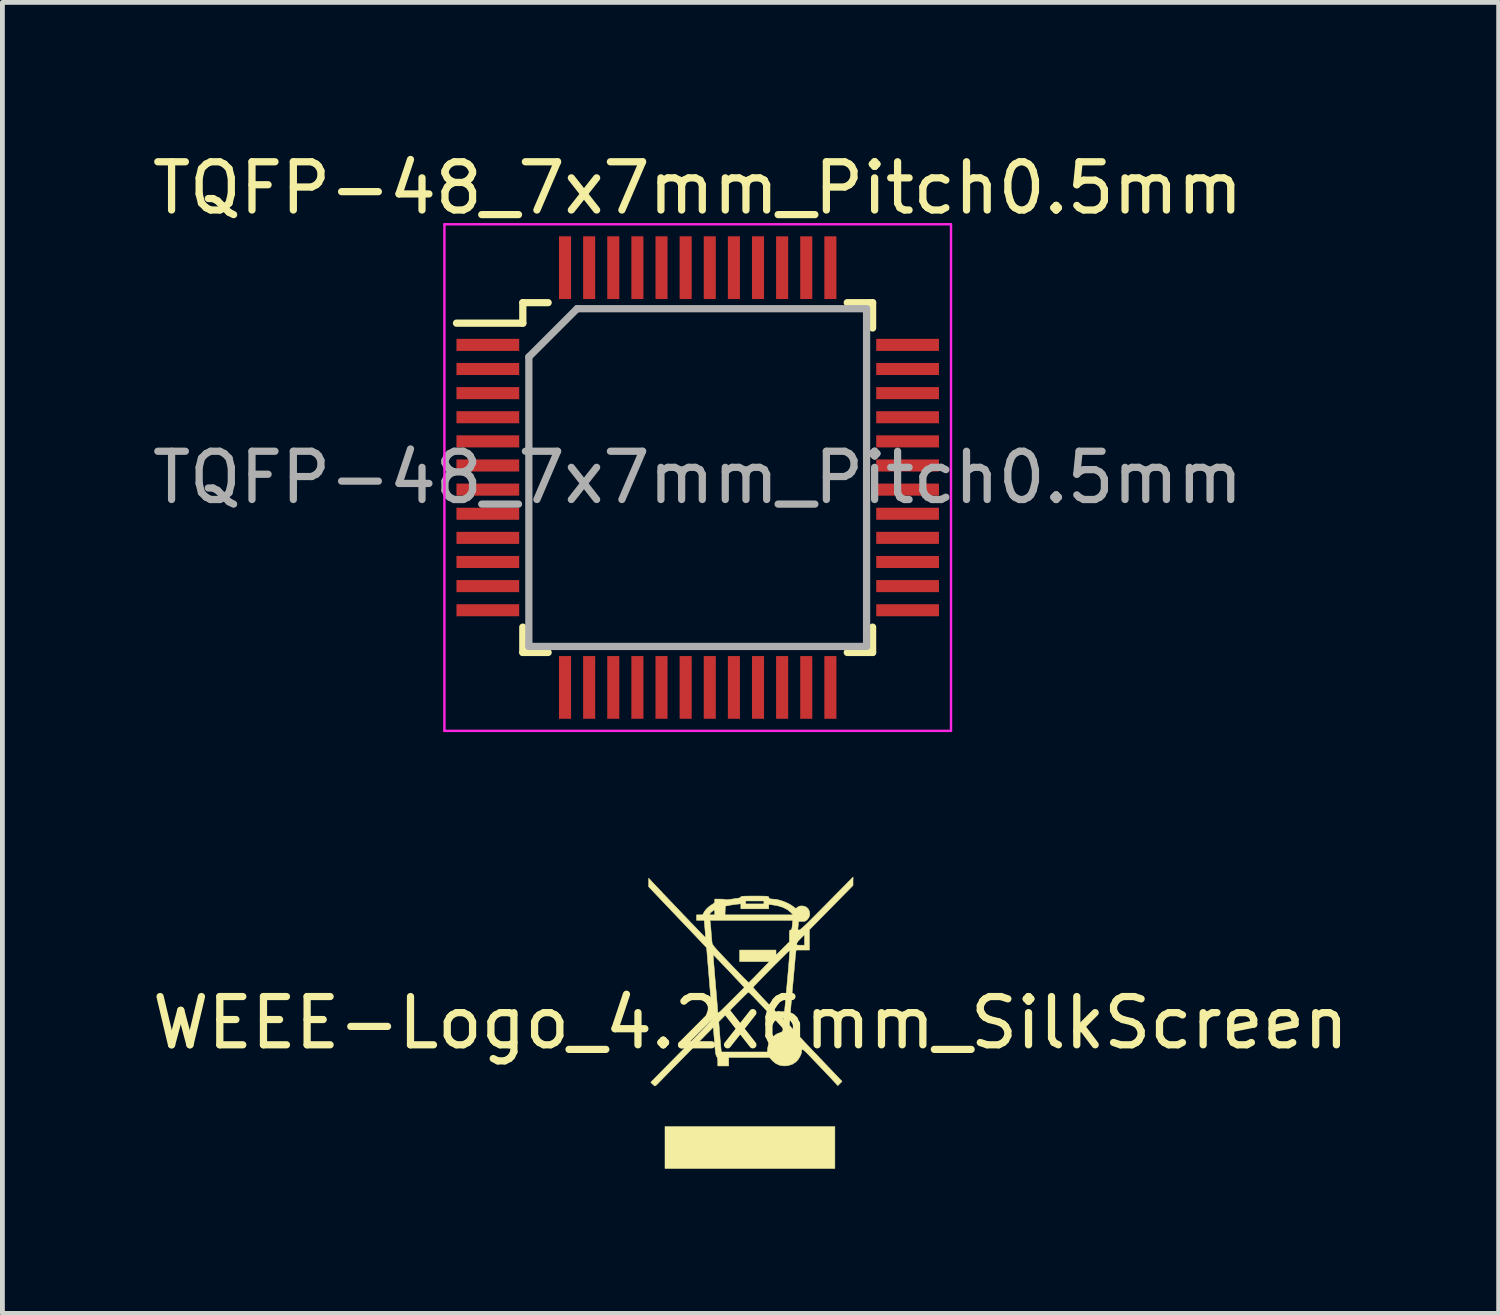
<source format=kicad_pcb>
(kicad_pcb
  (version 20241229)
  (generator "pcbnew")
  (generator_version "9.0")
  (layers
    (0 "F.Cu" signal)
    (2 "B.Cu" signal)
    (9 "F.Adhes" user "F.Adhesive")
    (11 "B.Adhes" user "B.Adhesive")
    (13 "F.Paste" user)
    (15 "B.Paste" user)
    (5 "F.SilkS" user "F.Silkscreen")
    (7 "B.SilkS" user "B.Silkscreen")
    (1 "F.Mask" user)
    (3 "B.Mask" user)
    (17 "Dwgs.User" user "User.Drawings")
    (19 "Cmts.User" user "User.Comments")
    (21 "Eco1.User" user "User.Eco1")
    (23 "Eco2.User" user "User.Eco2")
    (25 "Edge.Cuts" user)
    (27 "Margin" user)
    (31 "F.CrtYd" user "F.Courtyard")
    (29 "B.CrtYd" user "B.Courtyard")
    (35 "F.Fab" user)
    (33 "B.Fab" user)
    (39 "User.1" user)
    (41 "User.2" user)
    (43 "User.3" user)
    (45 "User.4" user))
  (footprint "TQFP-48_7x7mm_Pitch0.5mm"
    (layer "F.Cu")
    (at 11.411 6.848)
    (property "Reference" "TQFP-48_7x7mm_Pitch0.5mm" (at 0 -6 0) (layer "F.SilkS") (effects (font (size 1 1) (thickness 0.15))))
    (attr smd)
    (fp_line (start -3.625 -3.625) (end -3.625 -3.2) (stroke (width 0.15) (type solid)) (layer "F.SilkS"))
    (fp_line (start -3.625 -3.625) (end -3.1 -3.625) (stroke (width 0.15) (type solid)) (layer "F.SilkS"))
    (fp_line (start -3.625 -3.2) (end -5 -3.2) (stroke (width 0.15) (type solid)) (layer "F.SilkS"))
    (fp_line (start -3.625 3.625) (end -3.625 3.1) (stroke (width 0.15) (type solid)) (layer "F.SilkS"))
    (fp_line (start -3.625 3.625) (end -3.1 3.625) (stroke (width 0.15) (type solid)) (layer "F.SilkS"))
    (fp_line (start 3.625 -3.625) (end 3.1 -3.625) (stroke (width 0.15) (type solid)) (layer "F.SilkS"))
    (fp_line (start 3.625 -3.625) (end 3.625 -3.1) (stroke (width 0.15) (type solid)) (layer "F.SilkS"))
    (fp_line (start 3.625 3.625) (end 3.1 3.625) (stroke (width 0.15) (type solid)) (layer "F.SilkS"))
    (fp_line (start 3.625 3.625) (end 3.625 3.1) (stroke (width 0.15) (type solid)) (layer "F.SilkS"))
    (fp_line (start -5.25 -5.25) (end -5.25 5.25) (stroke (width 0.05) (type solid)) (layer "F.CrtYd"))
    (fp_line (start -5.25 -5.25) (end 5.25 -5.25) (stroke (width 0.05) (type solid)) (layer "F.CrtYd"))
    (fp_line (start -5.25 5.25) (end 5.25 5.25) (stroke (width 0.05) (type solid)) (layer "F.CrtYd"))
    (fp_line (start 5.25 -5.25) (end 5.25 5.25) (stroke (width 0.05) (type solid)) (layer "F.CrtYd"))
    (fp_line (start -3.5 -2.5) (end -2.5 -3.5) (stroke (width 0.15) (type solid)) (layer "F.Fab"))
    (fp_line (start -3.5 3.5) (end -3.5 -2.5) (stroke (width 0.15) (type solid)) (layer "F.Fab"))
    (fp_line (start -2.5 -3.5) (end 3.5 -3.5) (stroke (width 0.15) (type solid)) (layer "F.Fab"))
    (fp_line (start 3.5 -3.5) (end 3.5 3.5) (stroke (width 0.15) (type solid)) (layer "F.Fab"))
    (fp_line (start 3.5 3.5) (end -3.5 3.5) (stroke (width 0.15) (type solid)) (layer "F.Fab"))
    (fp_text user "${REFERENCE}" (at 0 0 0) (layer "F.Fab") (effects (font (size 1 1) (thickness 0.15))))
    (pad "1" smd rect (at -4.35 -2.75) (size 1.3 0.25) (layers "F.Cu" "F.Mask" "F.Paste"))
    (pad "2" smd rect (at -4.35 -2.25) (size 1.3 0.25) (layers "F.Cu" "F.Mask" "F.Paste"))
    (pad "3" smd rect (at -4.35 -1.75) (size 1.3 0.25) (layers "F.Cu" "F.Mask" "F.Paste"))
    (pad "4" smd rect (at -4.35 -1.25) (size 1.3 0.25) (layers "F.Cu" "F.Mask" "F.Paste"))
    (pad "5" smd rect (at -4.35 -0.75) (size 1.3 0.25) (layers "F.Cu" "F.Mask" "F.Paste"))
    (pad "6" smd rect (at -4.35 -0.25) (size 1.3 0.25) (layers "F.Cu" "F.Mask" "F.Paste"))
    (pad "7" smd rect (at -4.35 0.25) (size 1.3 0.25) (layers "F.Cu" "F.Mask" "F.Paste"))
    (pad "8" smd rect (at -4.35 0.75) (size 1.3 0.25) (layers "F.Cu" "F.Mask" "F.Paste"))
    (pad "9" smd rect (at -4.35 1.25) (size 1.3 0.25) (layers "F.Cu" "F.Mask" "F.Paste"))
    (pad "10" smd rect (at -4.35 1.75) (size 1.3 0.25) (layers "F.Cu" "F.Mask" "F.Paste"))
    (pad "11" smd rect (at -4.35 2.25) (size 1.3 0.25) (layers "F.Cu" "F.Mask" "F.Paste"))
    (pad "12" smd rect (at -4.35 2.75) (size 1.3 0.25) (layers "F.Cu" "F.Mask" "F.Paste"))
    (pad "13" smd rect (at -2.75 4.35 90) (size 1.3 0.25) (layers "F.Cu" "F.Mask" "F.Paste"))
    (pad "14" smd rect (at -2.25 4.35 90) (size 1.3 0.25) (layers "F.Cu" "F.Mask" "F.Paste"))
    (pad "15" smd rect (at -1.75 4.35 90) (size 1.3 0.25) (layers "F.Cu" "F.Mask" "F.Paste"))
    (pad "16" smd rect (at -1.25 4.35 90) (size 1.3 0.25) (layers "F.Cu" "F.Mask" "F.Paste"))
    (pad "17" smd rect (at -0.75 4.35 90) (size 1.3 0.25) (layers "F.Cu" "F.Mask" "F.Paste"))
    (pad "18" smd rect (at -0.25 4.35 90) (size 1.3 0.25) (layers "F.Cu" "F.Mask" "F.Paste"))
    (pad "19" smd rect (at 0.25 4.35 90) (size 1.3 0.25) (layers "F.Cu" "F.Mask" "F.Paste"))
    (pad "20" smd rect (at 0.75 4.35 90) (size 1.3 0.25) (layers "F.Cu" "F.Mask" "F.Paste"))
    (pad "21" smd rect (at 1.25 4.35 90) (size 1.3 0.25) (layers "F.Cu" "F.Mask" "F.Paste"))
    (pad "22" smd rect (at 1.75 4.35 90) (size 1.3 0.25) (layers "F.Cu" "F.Mask" "F.Paste"))
    (pad "23" smd rect (at 2.25 4.35 90) (size 1.3 0.25) (layers "F.Cu" "F.Mask" "F.Paste"))
    (pad "24" smd rect (at 2.75 4.35 90) (size 1.3 0.25) (layers "F.Cu" "F.Mask" "F.Paste"))
    (pad "25" smd rect (at 4.35 2.75) (size 1.3 0.25) (layers "F.Cu" "F.Mask" "F.Paste"))
    (pad "26" smd rect (at 4.35 2.25) (size 1.3 0.25) (layers "F.Cu" "F.Mask" "F.Paste"))
    (pad "27" smd rect (at 4.35 1.75) (size 1.3 0.25) (layers "F.Cu" "F.Mask" "F.Paste"))
    (pad "28" smd rect (at 4.35 1.25) (size 1.3 0.25) (layers "F.Cu" "F.Mask" "F.Paste"))
    (pad "29" smd rect (at 4.35 0.75) (size 1.3 0.25) (layers "F.Cu" "F.Mask" "F.Paste"))
    (pad "30" smd rect (at 4.35 0.25) (size 1.3 0.25) (layers "F.Cu" "F.Mask" "F.Paste"))
    (pad "31" smd rect (at 4.35 -0.25) (size 1.3 0.25) (layers "F.Cu" "F.Mask" "F.Paste"))
    (pad "32" smd rect (at 4.35 -0.75) (size 1.3 0.25) (layers "F.Cu" "F.Mask" "F.Paste"))
    (pad "33" smd rect (at 4.35 -1.25) (size 1.3 0.25) (layers "F.Cu" "F.Mask" "F.Paste"))
    (pad "34" smd rect (at 4.35 -1.75) (size 1.3 0.25) (layers "F.Cu" "F.Mask" "F.Paste"))
    (pad "35" smd rect (at 4.35 -2.25) (size 1.3 0.25) (layers "F.Cu" "F.Mask" "F.Paste"))
    (pad "36" smd rect (at 4.35 -2.75) (size 1.3 0.25) (layers "F.Cu" "F.Mask" "F.Paste"))
    (pad "37" smd rect (at 2.75 -4.35 90) (size 1.3 0.25) (layers "F.Cu" "F.Mask" "F.Paste"))
    (pad "38" smd rect (at 2.25 -4.35 90) (size 1.3 0.25) (layers "F.Cu" "F.Mask" "F.Paste"))
    (pad "39" smd rect (at 1.75 -4.35 90) (size 1.3 0.25) (layers "F.Cu" "F.Mask" "F.Paste"))
    (pad "40" smd rect (at 1.25 -4.35 90) (size 1.3 0.25) (layers "F.Cu" "F.Mask" "F.Paste"))
    (pad "41" smd rect (at 0.75 -4.35 90) (size 1.3 0.25) (layers "F.Cu" "F.Mask" "F.Paste"))
    (pad "42" smd rect (at 0.25 -4.35 90) (size 1.3 0.25) (layers "F.Cu" "F.Mask" "F.Paste"))
    (pad "43" smd rect (at -0.25 -4.35 90) (size 1.3 0.25) (layers "F.Cu" "F.Mask" "F.Paste"))
    (pad "44" smd rect (at -0.75 -4.35 90) (size 1.3 0.25) (layers "F.Cu" "F.Mask" "F.Paste"))
    (pad "45" smd rect (at -1.25 -4.35 90) (size 1.3 0.25) (layers "F.Cu" "F.Mask" "F.Paste"))
    (pad "46" smd rect (at -1.75 -4.35 90) (size 1.3 0.25) (layers "F.Cu" "F.Mask" "F.Paste"))
    (pad "47" smd rect (at -2.25 -4.35 90) (size 1.3 0.25) (layers "F.Cu" "F.Mask" "F.Paste"))
    (pad "48" smd rect (at -2.75 -4.35 90) (size 1.3 0.25) (layers "F.Cu" "F.Mask" "F.Paste")))
  (footprint "WEEE-Logo_4.2x6mm_SilkScreen"
    (layer "F.Cu")
    (at 12.506 18.15)
    (property "Reference" "WEEE-Logo_4.2x6mm_SilkScreen" (at 0 0 0) (layer "F.SilkS") (effects (font (size 1 1) (thickness 0.15))))
    (attr exclude_from_pos_files exclude_from_bom)
    (fp_poly (pts (xy 1.748 3.018) (xy -1.773 3.018) (xy -1.773 2.15) (xy 1.748 2.15) (xy 1.748 3.018)) (stroke (width 0.01) (type solid)) (fill yes) (layer "F.SilkS"))
    (fp_poly (pts (xy 2.124 -2.935) (xy 2.124 -2.848) (xy 1.672 -2.389) (xy 1.22 -1.93) (xy 1.22 -1.72) (xy 1.22 -1.509) (xy 0.945 -1.509) (xy 0.938 -1.455) (xy 0.935 -1.431) (xy 0.93 -1.385) (xy 0.924 -1.321) (xy 0.917 -1.24) (xy 0.908 -1.146) (xy 0.899 -1.041) (xy 0.889 -0.929) (xy 0.878 -0.811) (xy 0.867 -0.692) (xy 0.857 -0.572) (xy 0.847 -0.456) (xy 0.837 -0.345) (xy 0.828 -0.243) (xy 0.821 -0.153) (xy 0.814 -0.076) (xy 0.809 -0.017) (xy 0.806 0.024) (xy 0.805 0.042) (xy 0.805 0.042) (xy 0.813 0.056) (xy 0.836 0.086) (xy 0.875 0.131) (xy 0.93 0.193) (xy 1.001 0.27) (xy 1.089 0.365) (xy 1.194 0.476) (xy 1.317 0.605) (xy 1.351 0.641) (xy 1.897 1.213) (xy 1.809 1.301) (xy 1.737 1.224) (xy 1.711 1.196) (xy 1.671 1.152) (xy 1.618 1.096) (xy 1.556 1.031) (xy 1.487 0.958) (xy 1.414 0.882) (xy 1.371 0.837) (xy 1.289 0.751) (xy 1.224 0.683) (xy 1.172 0.63) (xy 1.132 0.592) (xy 1.103 0.567) (xy 1.083 0.554) (xy 1.07 0.552) (xy 1.062 0.56) (xy 1.059 0.575) (xy 1.057 0.598) (xy 1.057 0.604) (xy 1.048 0.647) (xy 1.024 0.699) (xy 0.992 0.751) (xy 0.955 0.796) (xy 0.94 0.81) (xy 0.865 0.859) (xy 0.776 0.886) (xy 0.698 0.893) (xy 0.609 0.881) (xy 0.528 0.845) (xy 0.455 0.787) (xy 0.442 0.772) (xy 0.393 0.717) (xy -0.453 0.717) (xy -0.453 0.893) (xy -0.679 0.893) (xy -0.679 0.811) (xy -0.682 0.754) (xy -0.691 0.715) (xy -0.703 0.694) (xy -0.711 0.679) (xy -0.718 0.657) (xy -0.725 0.625) (xy -0.731 0.58) (xy -0.737 0.518) (xy -0.744 0.436) (xy -0.749 0.375) (xy -0.771 0.089) (xy -1.314 0.639) (xy -1.412 0.738) (xy -1.506 0.834) (xy -1.594 0.924) (xy -1.675 1.006) (xy -1.747 1.08) (xy -1.809 1.143) (xy -1.857 1.193) (xy -1.892 1.228) (xy -1.91 1.248) (xy -1.941 1.279) (xy -1.966 1.301) (xy -1.98 1.308) (xy -1.997 1.299) (xy -2.022 1.278) (xy -2.031 1.27) (xy -2.068 1.232) (xy -1.867 1.028) (xy -1.816 0.976) (xy -1.75 0.909) (xy -1.672 0.83) (xy -1.585 0.742) (xy -1.492 0.648) (xy -1.395 0.551) (xy -1.298 0.453) (xy -1.229 0.383) (xy -1.124 0.277) (xy -1.035 0.186) (xy -0.962 0.111) (xy -0.904 0.05) (xy -0.859 0.001) (xy -0.837 -0.024) (xy -0.659 -0.024) (xy -0.636 0.262) (xy -0.63 0.345) (xy -0.623 0.422) (xy -0.617 0.487) (xy -0.612 0.537) (xy -0.609 0.568) (xy -0.607 0.575) (xy -0.601 0.604) (xy 0.349 0.604) (xy 0.355 0.525) (xy 0.374 0.431) (xy 0.414 0.349) (xy 0.473 0.28) (xy 0.547 0.228) (xy 0.63 0.197) (xy 0.657 0.182) (xy 0.671 0.151) (xy 0.671 0.149) (xy 0.673 0.136) (xy 0.671 0.123) (xy 0.663 0.106) (xy 0.648 0.084) (xy 0.623 0.055) (xy 0.587 0.015) (xy 0.538 -0.038) (xy 0.473 -0.107) (xy 0.468 -0.111) (xy 0.399 -0.184) (xy 0.324 -0.263) (xy 0.251 -0.34) (xy 0.183 -0.412) (xy 0.126 -0.472) (xy 0.113 -0.485) (xy 0.065 -0.536) (xy 0.021 -0.58) (xy -0.013 -0.613) (xy -0.036 -0.633) (xy -0.044 -0.637) (xy -0.056 -0.628) (xy -0.083 -0.603) (xy -0.123 -0.564) (xy -0.175 -0.513) (xy -0.235 -0.453) (xy -0.303 -0.385) (xy -0.358 -0.329) (xy -0.659 -0.024) (xy -0.837 -0.024) (xy -0.827 -0.036) (xy -0.805 -0.062) (xy -0.794 -0.08) (xy -0.792 -0.088) (xy -0.793 -0.106) (xy -0.796 -0.147) (xy -0.8 -0.208) (xy -0.806 -0.287) (xy -0.814 -0.382) (xy -0.823 -0.49) (xy -0.832 -0.609) (xy -0.843 -0.737) (xy -0.851 -0.839) (xy -0.899 -1.415) (xy -0.776 -1.415) (xy -0.775 -1.403) (xy -0.773 -1.368) (xy -0.768 -1.313) (xy -0.763 -1.24) (xy -0.755 -1.152) (xy -0.747 -1.052) (xy -0.738 -0.941) (xy -0.729 -0.836) (xy -0.719 -0.717) (xy -0.709 -0.604) (xy -0.701 -0.501) (xy -0.693 -0.41) (xy -0.687 -0.333) (xy -0.683 -0.274) (xy -0.68 -0.235) (xy -0.679 -0.22) (xy -0.678 -0.211) (xy -0.673 -0.207) (xy -0.663 -0.211) (xy -0.646 -0.223) (xy -0.62 -0.245) (xy -0.583 -0.28) (xy -0.534 -0.328) (xy -0.471 -0.391) (xy -0.403 -0.458) (xy -0.128 -0.734) (xy -0.13 -0.736) (xy 0.053 -0.736) (xy 0.061 -0.724) (xy 0.084 -0.697) (xy 0.12 -0.658) (xy 0.166 -0.607) (xy 0.22 -0.549) (xy 0.28 -0.485) (xy 0.343 -0.419) (xy 0.407 -0.351) (xy 0.47 -0.285) (xy 0.529 -0.224) (xy 0.582 -0.169) (xy 0.626 -0.124) (xy 0.66 -0.09) (xy 0.681 -0.07) (xy 0.686 -0.066) (xy 0.688 -0.079) (xy 0.692 -0.115) (xy 0.698 -0.171) (xy 0.705 -0.246) (xy 0.714 -0.337) (xy 0.724 -0.441) (xy 0.734 -0.557) (xy 0.746 -0.683) (xy 0.755 -0.784) (xy 0.767 -0.916) (xy 0.778 -1.039) (xy 0.787 -1.153) (xy 0.796 -1.255) (xy 0.803 -1.343) (xy 0.808 -1.413) (xy 0.812 -1.465) (xy 0.814 -1.496) (xy 0.814 -1.504) (xy 0.804 -1.497) (xy 0.778 -1.474) (xy 0.74 -1.438) (xy 0.691 -1.39) (xy 0.633 -1.332) (xy 0.569 -1.268) (xy 0.5 -1.2) (xy 0.429 -1.128) (xy 0.359 -1.057) (xy 0.29 -0.987) (xy 0.227 -0.922) (xy 0.17 -0.863) (xy 0.122 -0.812) (xy 0.085 -0.773) (xy 0.061 -0.747) (xy 0.053 -0.736) (xy -0.13 -0.736) (xy -0.23 -0.844) (xy -0.283 -0.9) (xy -0.342 -0.962) (xy -0.404 -1.029) (xy -0.469 -1.097) (xy -0.533 -1.164) (xy -0.594 -1.228) (xy -0.65 -1.287) (xy -0.699 -1.337) (xy -0.737 -1.377) (xy -0.764 -1.404) (xy -0.775 -1.415) (xy -0.776 -1.415) (xy -0.899 -1.415) (xy -0.911 -1.559) (xy -1.512 -2.191) (xy -2.112 -2.822) (xy -2.112 -2.911) (xy -2.112 -2.999) (xy -2.015 -2.895) (xy -1.96 -2.838) (xy -1.896 -2.77) (xy -1.824 -2.693) (xy -1.745 -2.611) (xy -1.662 -2.523) (xy -1.576 -2.433) (xy -1.489 -2.342) (xy -1.403 -2.251) (xy -1.318 -2.163) (xy -1.238 -2.079) (xy -1.163 -2.002) (xy -1.096 -1.932) (xy -1.039 -1.872) (xy -0.992 -1.824) (xy -0.957 -1.789) (xy -0.938 -1.77) (xy -0.933 -1.766) (xy -0.933 -1.779) (xy -0.935 -1.813) (xy -0.938 -1.862) (xy -0.943 -1.923) (xy -0.945 -1.947) (xy -0.96 -2.125) (xy -0.843 -2.125) (xy -0.837 -2.097) (xy -0.834 -2.074) (xy -0.83 -2.032) (xy -0.824 -1.976) (xy -0.819 -1.91) (xy -0.817 -1.886) (xy -0.812 -1.817) (xy -0.806 -1.752) (xy -0.801 -1.698) (xy -0.798 -1.662) (xy -0.797 -1.655) (xy -0.793 -1.642) (xy -0.786 -1.626) (xy -0.773 -1.606) (xy -0.754 -1.58) (xy -0.726 -1.547) (xy -0.688 -1.504) (xy -0.638 -1.45) (xy -0.575 -1.383) (xy -0.497 -1.301) (xy -0.418 -1.218) (xy -0.34 -1.136) (xy -0.266 -1.06) (xy -0.2 -0.992) (xy -0.142 -0.933) (xy -0.095 -0.887) (xy -0.061 -0.853) (xy -0.041 -0.835) (xy -0.037 -0.833) (xy -0.026 -0.842) (xy 0.000029 -0.868) (xy 0.038 -0.906) (xy 0.087 -0.955) (xy 0.142 -1.012) (xy 0.182 -1.053) (xy 0.392 -1.27) (xy -0.226 -1.27) (xy -0.226 -1.509) (xy 0.528 -1.509) (xy 0.528 -1.402) (xy 0.666 -1.54) (xy 0.765 -1.638) (xy 0.956 -1.638) (xy 0.957 -1.623) (xy 0.967 -1.614) (xy 0.989 -1.61) (xy 1.03 -1.61) (xy 1.037 -1.61) (xy 1.119 -1.61) (xy 1.119 -1.829) (xy 1.037 -1.748) (xy 0.991 -1.699) (xy 0.964 -1.661) (xy 0.956 -1.638) (xy 0.765 -1.638) (xy 0.805 -1.678) (xy 0.805 -1.801) (xy 0.805 -1.858) (xy 0.807 -1.893) (xy 0.811 -1.913) (xy 0.818 -1.922) (xy 0.829 -1.924) (xy 0.841 -1.927) (xy 0.85 -1.937) (xy 0.857 -1.96) (xy 0.863 -1.998) (xy 0.869 -2.057) (xy 0.871 -2.078) (xy 0.875 -2.125) (xy -0.843 -2.125) (xy -0.96 -2.125) (xy -1.119 -2.125) (xy -1.119 -2.238) (xy -1.051 -2.238) (xy -1.012 -2.239) (xy -0.99 -2.245) (xy -0.987 -2.248) (xy -0.849 -2.248) (xy -0.841 -2.241) (xy -0.816 -2.238) (xy -0.799 -2.238) (xy -0.742 -2.238) (xy -0.529 -2.238) (xy 0.885 -2.238) (xy 0.837 -2.287) (xy 0.763 -2.348) (xy 0.671 -2.394) (xy 0.56 -2.428) (xy 0.45 -2.446) (xy 0.377 -2.455) (xy 0.377 -2.364) (xy -0.201 -2.364) (xy -0.201 -2.467) (xy -0.286 -2.459) (xy -0.345 -2.451) (xy -0.409 -2.442) (xy -0.446 -2.435) (xy -0.522 -2.42) (xy -0.526 -2.329) (xy -0.529 -2.238) (xy -0.742 -2.238) (xy -0.742 -2.289) (xy -0.744 -2.32) (xy -0.748 -2.338) (xy -0.749 -2.339) (xy -0.768 -2.331) (xy -0.795 -2.311) (xy -0.822 -2.287) (xy -0.841 -2.265) (xy -0.843 -2.262) (xy -0.849 -2.248) (xy -0.987 -2.248) (xy -0.98 -2.257) (xy -0.975 -2.27) (xy -0.958 -2.305) (xy -0.925 -2.347) (xy -0.882 -2.391) (xy -0.834 -2.429) (xy -0.803 -2.449) (xy -0.767 -2.471) (xy -0.749 -2.49) (xy -0.742 -2.511) (xy -0.742 -2.524) (xy -0.742 -2.527) (xy -0.101 -2.527) (xy -0.101 -2.465) (xy 0.277 -2.465) (xy 0.277 -2.527) (xy -0.101 -2.527) (xy -0.742 -2.527) (xy -0.742 -2.565) (xy -0.636 -2.565) (xy -0.587 -2.564) (xy -0.549 -2.561) (xy -0.528 -2.556) (xy -0.526 -2.555) (xy -0.513 -2.552) (xy -0.48 -2.553) (xy -0.434 -2.558) (xy -0.402 -2.562) (xy -0.345 -2.571) (xy -0.293 -2.578) (xy -0.254 -2.584) (xy -0.242 -2.586) (xy -0.212 -2.595) (xy -0.201 -2.61) (xy -0.198 -2.616) (xy -0.186 -2.62) (xy -0.163 -2.624) (xy -0.126 -2.626) (xy -0.072 -2.627) (xy 0.001 -2.628) (xy 0.088 -2.628) (xy 0.181 -2.628) (xy 0.251 -2.627) (xy 0.302 -2.626) (xy 0.337 -2.624) (xy 0.359 -2.621) (xy 0.371 -2.617) (xy 0.376 -2.611) (xy 0.377 -2.604) (xy 0.385 -2.582) (xy 0.41 -2.57) (xy 0.456 -2.565) (xy 0.464 -2.565) (xy 0.542 -2.557) (xy 0.63 -2.535) (xy 0.721 -2.502) (xy 0.807 -2.461) (xy 0.879 -2.414) (xy 0.888 -2.407) (xy 0.919 -2.383) (xy 0.937 -2.373) (xy 0.949 -2.377) (xy 0.962 -2.389) (xy 1 -2.414) (xy 1.05 -2.424) (xy 1.104 -2.419) (xy 1.153 -2.4) (xy 1.191 -2.368) (xy 1.194 -2.365) (xy 1.223 -2.305) (xy 1.228 -2.244) (xy 1.211 -2.186) (xy 1.171 -2.135) (xy 1.166 -2.131) (xy 1.138 -2.111) (xy 1.11 -2.102) (xy 1.07 -2.101) (xy 1.06 -2.102) (xy 1.021 -2.103) (xy 1.001 -2.1) (xy 0.994 -2.09) (xy 0.993 -2.081) (xy 0.992 -2.054) (xy 0.988 -2.014) (xy 0.985 -1.99) (xy 0.981 -1.952) (xy 0.983 -1.932) (xy 0.992 -1.925) (xy 1.009 -1.924) (xy 1.019 -1.927) (xy 1.036 -1.938) (xy 1.059 -1.956) (xy 1.091 -1.985) (xy 1.133 -2.024) (xy 1.186 -2.075) (xy 1.251 -2.139) (xy 1.329 -2.217) (xy 1.422 -2.31) (xy 1.531 -2.42) (xy 1.583 -2.473) (xy 2.125 -3.022) (xy 2.124 -2.935)) (stroke (width 0.01) (type solid)) (fill yes) (layer "F.SilkS")))
  (gr_rect
    (start -3 -3)
    (end 28.012 24.173)
    (stroke (width 0.1) (type default))
    (fill no)
    (layer "Edge.Cuts")))
</source>
